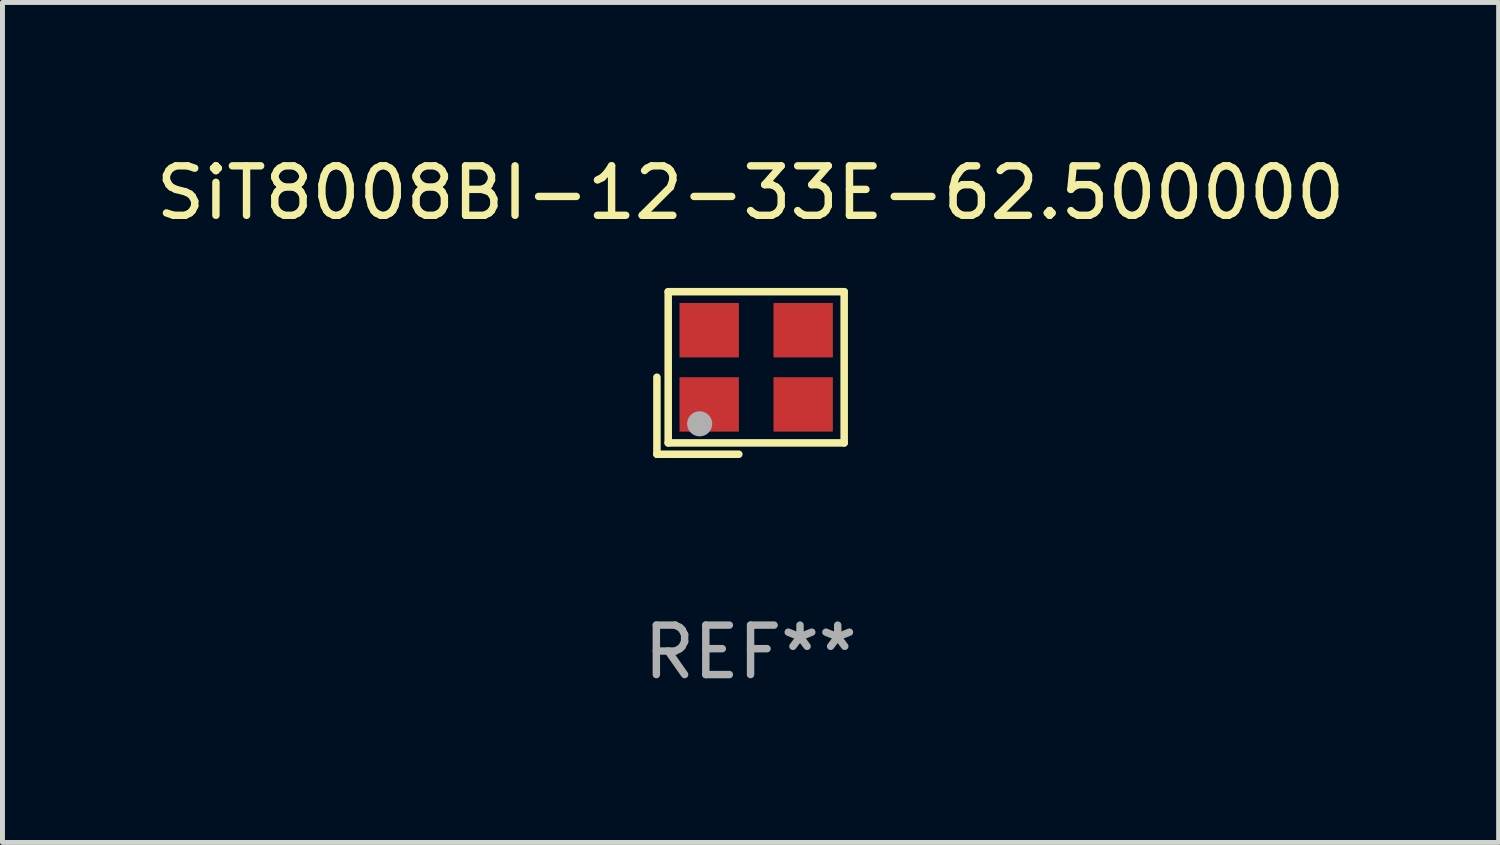
<source format=kicad_pcb>
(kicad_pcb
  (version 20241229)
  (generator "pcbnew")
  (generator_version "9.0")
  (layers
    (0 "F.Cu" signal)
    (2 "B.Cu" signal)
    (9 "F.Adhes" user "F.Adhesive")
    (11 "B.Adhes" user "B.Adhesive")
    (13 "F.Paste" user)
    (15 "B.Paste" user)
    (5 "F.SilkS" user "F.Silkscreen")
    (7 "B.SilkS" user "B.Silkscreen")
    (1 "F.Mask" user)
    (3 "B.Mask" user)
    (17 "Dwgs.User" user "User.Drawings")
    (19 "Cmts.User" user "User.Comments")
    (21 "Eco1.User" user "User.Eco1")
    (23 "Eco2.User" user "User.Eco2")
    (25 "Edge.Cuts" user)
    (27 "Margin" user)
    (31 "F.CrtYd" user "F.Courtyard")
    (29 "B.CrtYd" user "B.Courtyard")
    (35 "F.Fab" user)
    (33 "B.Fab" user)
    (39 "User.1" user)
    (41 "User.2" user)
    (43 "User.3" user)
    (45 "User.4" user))
  (footprint "SiT8008BI-12-33E-62.500000"
    (layer "F.Cu")
    (at 12.125 4.491)
    (property "Reference" "SiT8008BI-12-33E-62.500000" (at 0 -3.643 0) (layer "F.SilkS") (effects (font (size 1 1) (thickness 0.15))))
    (attr through_hole)
    (fp_line (start -1.893 0.086) (end -1.893 1.643) (stroke (width 0.152) (type solid)) (layer "F.SilkS"))
    (fp_line (start -1.893 1.643) (end -0.237 1.643) (stroke (width 0.152) (type solid)) (layer "F.SilkS"))
    (fp_line (start -1.665 -1.643) (end 1.893 -1.643) (stroke (width 0.152) (type solid)) (layer "F.SilkS"))
    (fp_line (start -1.665 1.414) (end -1.665 -1.643) (stroke (width 0.152) (type solid)) (layer "F.SilkS"))
    (fp_line (start 1.893 -1.643) (end 1.893 1.414) (stroke (width 0.152) (type solid)) (layer "F.SilkS"))
    (fp_line (start 1.893 1.414) (end -1.665 1.414) (stroke (width 0.152) (type solid)) (layer "F.SilkS"))
    (fp_circle (center -1.136 0.885) (end -1.106 0.885) (stroke (width 0.06) (type solid)) (fill no) (layer "F.SilkS"))
    (fp_circle (center -1.029 1.028) (end -0.902 1.028) (stroke (width 0.254) (type solid)) (fill no) (layer "F.Fab"))
    (fp_text user "REF**" (at 0 5.643 0) (layer "F.Fab") (effects (font (size 1 1) (thickness 0.15))))
    (pad "1" smd rect (at -0.836 0.636) (size 1.2 1.1) (layers "F.Cu" "F.Mask" "F.Paste"))
    (pad "2" smd rect (at 1.064 0.636) (size 1.2 1.1) (layers "F.Cu" "F.Mask" "F.Paste"))
    (pad "3" smd rect (at 1.064 -0.865) (size 1.2 1.1) (layers "F.Cu" "F.Mask" "F.Paste"))
    (pad "4" smd rect (at -0.836 -0.865) (size 1.2 1.1) (layers "F.Cu" "F.Mask" "F.Paste")))
  (gr_rect
    (start -3 -3)
    (end 27.25 13.983)
    (stroke (width 0.1) (type default))
    (fill no)
    (layer "Edge.Cuts")))
</source>
